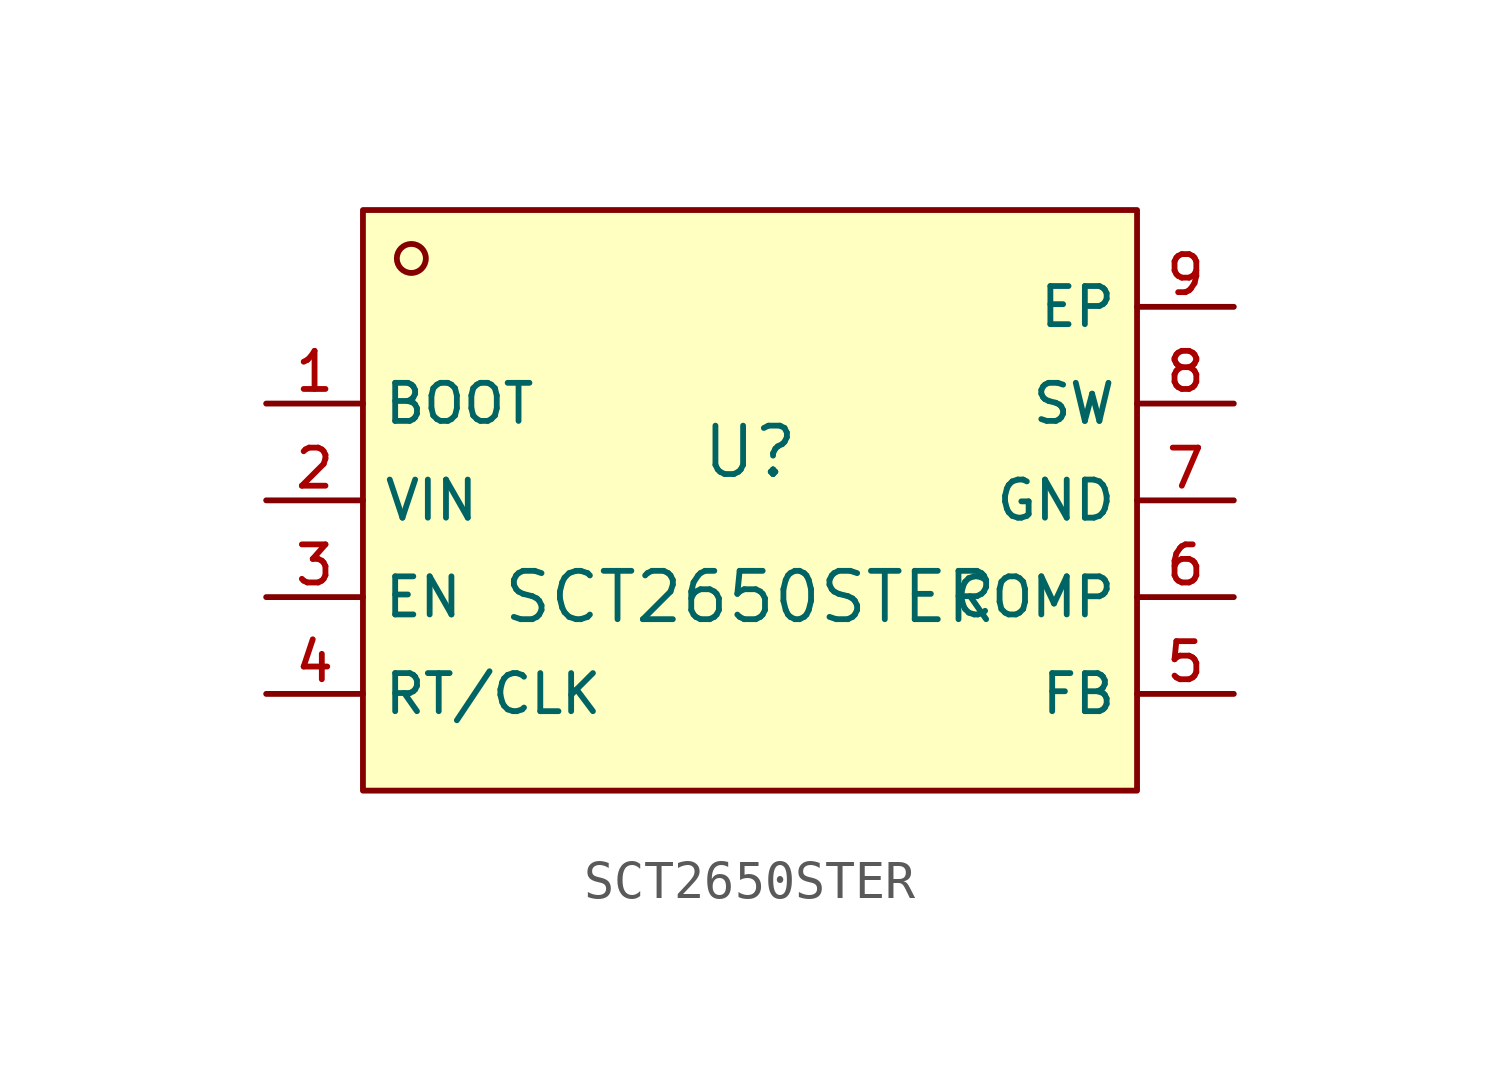
<source format=kicad_sym>
(kicad_symbol_lib
  (version 20210201)
  (generator TousstNicolas/JLC2KiCad_lib)
  (symbol "SCT2650STER"
    (property "Reference" "U"
      (at 0 1.27 0)
      (effects (font (size 1.27 1.27))))
    (property "Value" "SCT2650STER"
      (at 0 -2.54 0)
      (effects (font (size 1.27 1.27))))
    (symbol "SCT2650STER_0_1"
      (rectangle (start -10.16 7.62) (end 10.16 -7.62) (stroke (width 0) (type default) (color 0 0 0 0)) (fill (type background)))
      (circle (center -8.89 6.35) (radius 0.381) (stroke (width 0) (type default) (color 0 0 0 0)) (fill (type background)))
      (pin unspecified line (at -12.7 2.54 0) (length 2.54) (name "BOOT" (effects (font (size 1 1)))) (number "1" (effects (font (size 1 1)))))
      (pin unspecified line (at -12.7 -0.0 0) (length 2.54) (name "VIN" (effects (font (size 1 1)))) (number "2" (effects (font (size 1 1)))))
      (pin unspecified line (at -12.7 -2.54 0) (length 2.54) (name "EN" (effects (font (size 1 1)))) (number "3" (effects (font (size 1 1)))))
      (pin unspecified line (at -12.7 -5.08 0) (length 2.54) (name "RT/CLK" (effects (font (size 1 1)))) (number "4" (effects (font (size 1 1)))))
      (pin unspecified line (at 12.7 -5.08 180) (length 2.54) (name "FB" (effects (font (size 1 1)))) (number "5" (effects (font (size 1 1)))))
      (pin unspecified line (at 12.7 -2.54 180) (length 2.54) (name "COMP" (effects (font (size 1 1)))) (number "6" (effects (font (size 1 1)))))
      (pin unspecified line (at 12.7 -0.0 180) (length 2.54) (name "GND" (effects (font (size 1 1)))) (number "7" (effects (font (size 1 1)))))
      (pin unspecified line (at 12.7 2.54 180) (length 2.54) (name "SW" (effects (font (size 1 1)))) (number "8" (effects (font (size 1 1)))))
      (pin unspecified line (at 12.7 5.08 180) (length 2.54) (name "EP" (effects (font (size 1 1)))) (number "9" (effects (font (size 1 1))))))))
</source>
